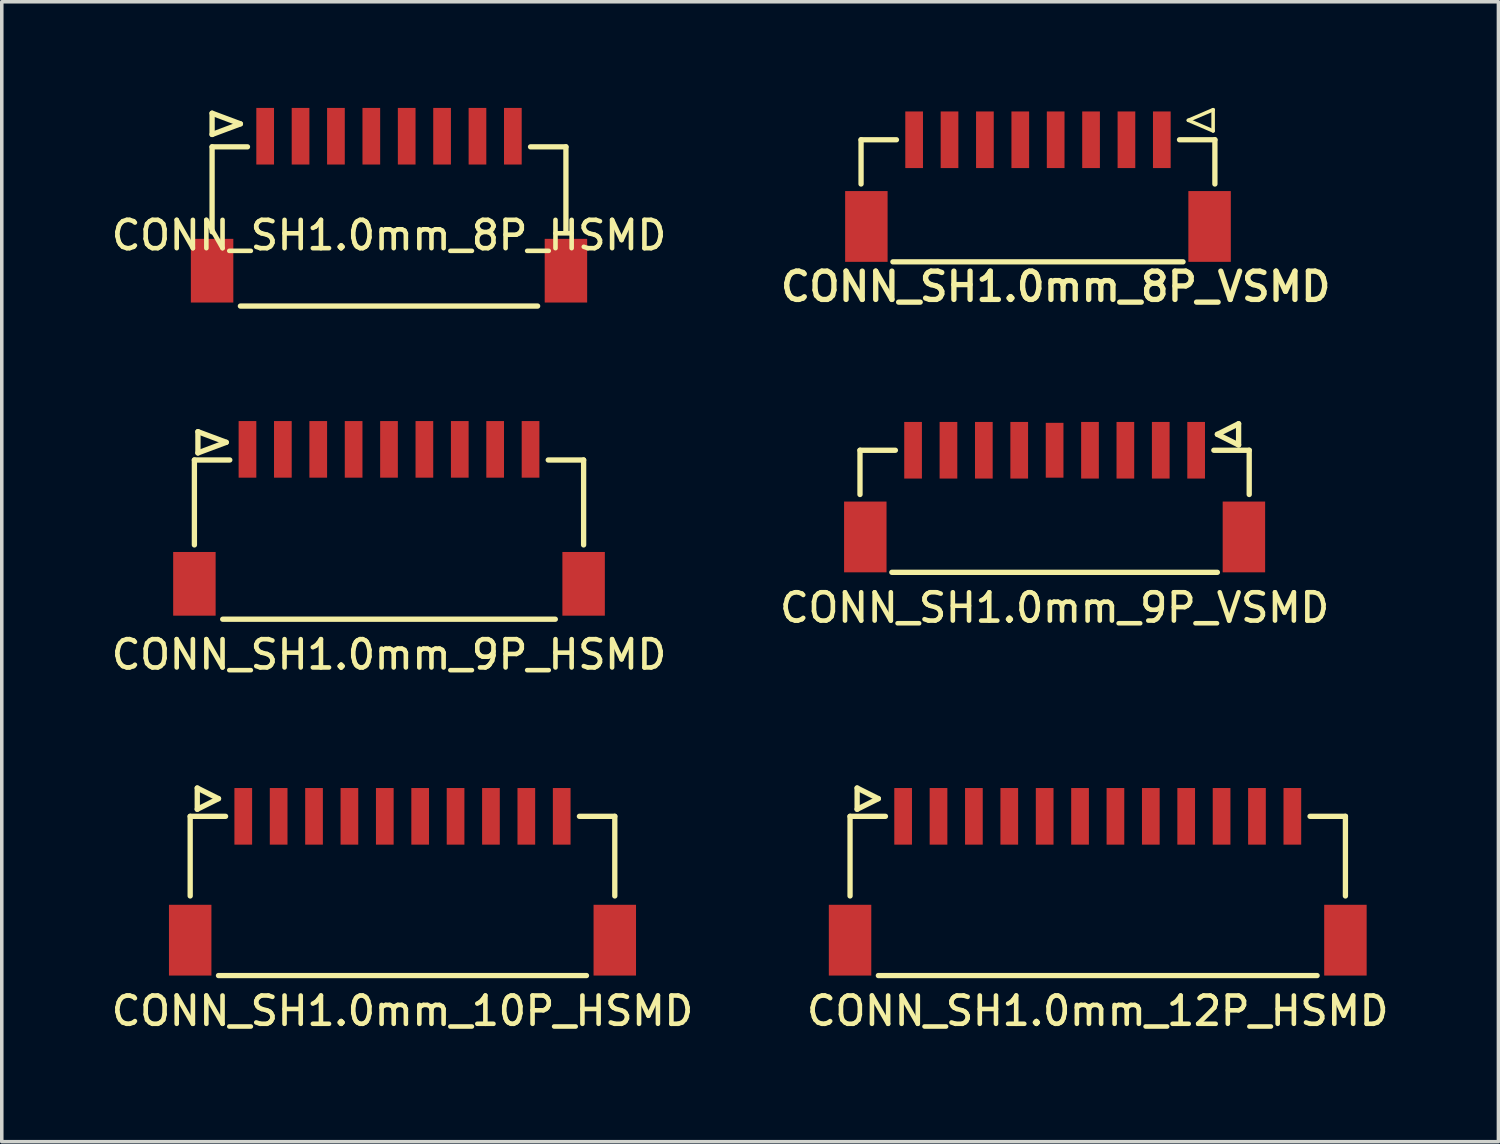
<source format=kicad_pcb>
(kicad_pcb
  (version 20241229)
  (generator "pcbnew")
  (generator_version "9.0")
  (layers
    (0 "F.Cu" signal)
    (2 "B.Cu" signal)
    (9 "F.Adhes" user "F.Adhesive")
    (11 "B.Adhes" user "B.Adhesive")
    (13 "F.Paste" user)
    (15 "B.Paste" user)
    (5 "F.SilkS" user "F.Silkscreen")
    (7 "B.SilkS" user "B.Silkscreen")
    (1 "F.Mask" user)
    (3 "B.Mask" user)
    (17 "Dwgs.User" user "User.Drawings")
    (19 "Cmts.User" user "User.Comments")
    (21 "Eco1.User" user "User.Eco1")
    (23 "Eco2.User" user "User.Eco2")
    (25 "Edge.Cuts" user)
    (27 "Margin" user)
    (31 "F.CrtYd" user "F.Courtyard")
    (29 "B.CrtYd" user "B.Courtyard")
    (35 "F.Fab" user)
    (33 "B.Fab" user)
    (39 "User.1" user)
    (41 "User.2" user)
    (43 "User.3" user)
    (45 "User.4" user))
  (footprint "CONN_SH1.0mm_9P_VSMD"
    (layer "F.Cu")
    (at 26.755 13.125)
    (property "Reference" "CONN_SH1.0mm_9P_VSMD" (at 0 1 0) (layer "F.SilkS") (effects (font (size 0.8 0.8) (thickness 0.13))))
    (attr through_hole)
    (fp_line (start -5.5 -3.45) (end -4.5 -3.45) (stroke (width 0.15) (type solid)) (layer "F.SilkS"))
    (fp_line (start -5.5 -2.2) (end -5.5 -3.45) (stroke (width 0.15) (type solid)) (layer "F.SilkS"))
    (fp_line (start -4.6 0) (end 4.6 0) (stroke (width 0.15) (type solid)) (layer "F.SilkS"))
    (fp_line (start 4.6 -3.9) (end 5.2 -4.2) (stroke (width 0.15) (type solid)) (layer "F.SilkS"))
    (fp_line (start 5.2 -4.2) (end 5.2 -3.6) (stroke (width 0.15) (type solid)) (layer "F.SilkS"))
    (fp_line (start 5.2 -3.6) (end 4.6 -3.9) (stroke (width 0.15) (type solid)) (layer "F.SilkS"))
    (fp_line (start 5.5 -3.45) (end 4.5 -3.45) (stroke (width 0.15) (type solid)) (layer "F.SilkS"))
    (fp_line (start 5.5 -2.2) (end 5.5 -3.45) (stroke (width 0.15) (type solid)) (layer "F.SilkS"))
    (pad "1" smd rect (at 4 -3.45) (size 0.5 1.6) (layers "F.Cu" "F.Mask" "F.Paste"))
    (pad "2" smd rect (at 3 -3.45) (size 0.5 1.6) (layers "F.Cu" "F.Mask" "F.Paste"))
    (pad "3" smd rect (at 2 -3.45) (size 0.5 1.6) (layers "F.Cu" "F.Mask" "F.Paste"))
    (pad "4" smd rect (at 1 -3.45) (size 0.5 1.6) (layers "F.Cu" "F.Mask" "F.Paste"))
    (pad "5" smd rect (at 0 -3.45) (size 0.5 1.55) (layers "F.Cu" "F.Mask" "F.Paste"))
    (pad "6" smd rect (at -1 -3.45) (size 0.5 1.6) (layers "F.Cu" "F.Mask" "F.Paste"))
    (pad "7" smd rect (at -2 -3.45) (size 0.5 1.6) (layers "F.Cu" "F.Mask" "F.Paste"))
    (pad "8" smd rect (at -3 -3.45) (size 0.5 1.6) (layers "F.Cu" "F.Mask" "F.Paste"))
    (pad "9" smd rect (at -4 -3.45) (size 0.5 1.6) (layers "F.Cu" "F.Mask" "F.Paste"))
    (pad "SH" smd rect (at -5.35 -1) (size 1.2 2) (layers "F.Cu" "F.Mask" "F.Paste"))
    (pad "SH" smd rect (at 5.35 -1) (size 1.2 2) (layers "F.Cu" "F.Mask" "F.Paste")))
  (footprint "CONN_SH1.0mm_8P_HSMD"
    (layer "F.Cu")
    (at 7.944 5.6)
    (property "Reference" "CONN_SH1.0mm_8P_HSMD" (at 0 -2 0) (layer "F.SilkS") (effects (font (size 0.8 0.8) (thickness 0.13))))
    (attr through_hole)
    (fp_line (start -5 -5.45) (end -5 -4.85) (stroke (width 0.15) (type solid)) (layer "F.SilkS"))
    (fp_line (start -5 -4.85) (end -4.2 -5.15) (stroke (width 0.15) (type solid)) (layer "F.SilkS"))
    (fp_line (start -5 -4.5) (end -5 -2.1) (stroke (width 0.15) (type solid)) (layer "F.SilkS"))
    (fp_line (start -4.2 -5.15) (end -5 -5.45) (stroke (width 0.15) (type solid)) (layer "F.SilkS"))
    (fp_line (start -4.2 0) (end 4.2 0) (stroke (width 0.15) (type solid)) (layer "F.SilkS"))
    (fp_line (start -4 -4.5) (end -5 -4.5) (stroke (width 0.15) (type solid)) (layer "F.SilkS"))
    (fp_line (start 4 -4.5) (end 5 -4.5) (stroke (width 0.15) (type solid)) (layer "F.SilkS"))
    (fp_line (start 5 -4.5) (end 5 -2.1) (stroke (width 0.15) (type solid)) (layer "F.SilkS"))
    (pad "1" smd rect (at -3.5 -4.8) (size 0.5 1.6) (layers "F.Cu" "F.Mask" "F.Paste"))
    (pad "2" smd rect (at -2.5 -4.8) (size 0.5 1.6) (layers "F.Cu" "F.Mask" "F.Paste"))
    (pad "3" smd rect (at -1.5 -4.8) (size 0.5 1.6) (layers "F.Cu" "F.Mask" "F.Paste"))
    (pad "4" smd rect (at -0.5 -4.8) (size 0.5 1.6) (layers "F.Cu" "F.Mask" "F.Paste"))
    (pad "5" smd rect (at 0.5 -4.8) (size 0.5 1.6) (layers "F.Cu" "F.Mask" "F.Paste"))
    (pad "6" smd rect (at 1.5 -4.8) (size 0.5 1.6) (layers "F.Cu" "F.Mask" "F.Paste"))
    (pad "7" smd rect (at 2.5 -4.8) (size 0.5 1.6) (layers "F.Cu" "F.Mask" "F.Paste"))
    (pad "8" smd rect (at 3.5 -4.8) (size 0.5 1.6) (layers "F.Cu" "F.Mask" "F.Paste"))
    (pad "SH" smd rect (at -5 -1) (size 1.2 1.8) (layers "F.Cu" "F.Mask" "F.Paste"))
    (pad "SH" smd rect (at 5 -1) (size 1.2 1.8) (layers "F.Cu" "F.Mask" "F.Paste")))
  (footprint "CONN_SH1.0mm_8P_VSMD"
    (layer "F.Cu")
    (at 26.285 4.35)
    (property "Reference" "CONN_SH1.0mm_8P_VSMD" (at 0.5 0.7 0) (layer "F.SilkS") (effects (font (size 0.8 0.8) (thickness 0.15))))
    (attr through_hole)
    (fp_line (start -5 -3.45) (end -4 -3.45) (stroke (width 0.15) (type solid)) (layer "F.SilkS"))
    (fp_line (start -5 -2.2) (end -5 -3.45) (stroke (width 0.15) (type solid)) (layer "F.SilkS"))
    (fp_line (start -4.1 0) (end 4.1 0) (stroke (width 0.15) (type solid)) (layer "F.SilkS"))
    (fp_line (start 4.25 -4) (end 4.95 -4.3) (stroke (width 0.1) (type solid)) (layer "F.SilkS"))
    (fp_line (start 4.95 -4.3) (end 4.95 -3.7) (stroke (width 0.1) (type solid)) (layer "F.SilkS"))
    (fp_line (start 4.95 -3.7) (end 4.25 -4) (stroke (width 0.1) (type solid)) (layer "F.SilkS"))
    (fp_line (start 5 -3.45) (end 4 -3.45) (stroke (width 0.15) (type solid)) (layer "F.SilkS"))
    (fp_line (start 5 -2.2) (end 5 -3.45) (stroke (width 0.15) (type solid)) (layer "F.SilkS"))
    (pad "1" smd rect (at 3.5 -3.45) (size 0.5 1.6) (layers "F.Cu" "F.Mask" "F.Paste"))
    (pad "2" smd rect (at 2.5 -3.45) (size 0.5 1.6) (layers "F.Cu" "F.Mask" "F.Paste"))
    (pad "3" smd rect (at 1.5 -3.45) (size 0.5 1.6) (layers "F.Cu" "F.Mask" "F.Paste"))
    (pad "4" smd rect (at 0.5 -3.45) (size 0.5 1.6) (layers "F.Cu" "F.Mask" "F.Paste"))
    (pad "5" smd rect (at -0.5 -3.45) (size 0.5 1.6) (layers "F.Cu" "F.Mask" "F.Paste"))
    (pad "6" smd rect (at -1.5 -3.45) (size 0.5 1.6) (layers "F.Cu" "F.Mask" "F.Paste"))
    (pad "7" smd rect (at -2.5 -3.45) (size 0.5 1.6) (layers "F.Cu" "F.Mask" "F.Paste"))
    (pad "8" smd rect (at -3.5 -3.45) (size 0.5 1.6) (layers "F.Cu" "F.Mask" "F.Paste"))
    (pad "SH" smd rect (at -4.85 -1) (size 1.2 2) (layers "F.Cu" "F.Mask" "F.Paste"))
    (pad "SH" smd rect (at 4.85 -1) (size 1.2 2) (layers "F.Cu" "F.Mask" "F.Paste")))
  (footprint "CONN_SH1.0mm_12P_HSMD"
    (layer "F.Cu")
    (at 27.974 24.521)
    (property "Reference" "CONN_SH1.0mm_12P_HSMD" (at 0 1 0) (layer "F.SilkS") (effects (font (size 0.8 0.8) (thickness 0.13))))
    (attr through_hole)
    (fp_line (start -7 -4.5) (end -7 -2.25) (stroke (width 0.15) (type solid)) (layer "F.SilkS"))
    (fp_line (start -6.8 -5.3) (end -6.2 -5) (stroke (width 0.15) (type solid)) (layer "F.SilkS"))
    (fp_line (start -6.8 -4.7) (end -6.8 -5.3) (stroke (width 0.15) (type solid)) (layer "F.SilkS"))
    (fp_line (start -6.2 -5) (end -6.8 -4.7) (stroke (width 0.15) (type solid)) (layer "F.SilkS"))
    (fp_line (start -6.2 0) (end 6.2 0) (stroke (width 0.15) (type solid)) (layer "F.SilkS"))
    (fp_line (start -6 -4.5) (end -7 -4.5) (stroke (width 0.15) (type solid)) (layer "F.SilkS"))
    (fp_line (start 6 -4.5) (end 7 -4.5) (stroke (width 0.15) (type solid)) (layer "F.SilkS"))
    (fp_line (start 7 -4.5) (end 7 -2.25) (stroke (width 0.15) (type solid)) (layer "F.SilkS"))
    (pad "1" smd rect (at -5.5 -4.5) (size 0.5 1.6) (layers "F.Cu" "F.Mask" "F.Paste"))
    (pad "2" smd rect (at -4.5 -4.5) (size 0.5 1.6) (layers "F.Cu" "F.Mask" "F.Paste"))
    (pad "3" smd rect (at -3.5 -4.5) (size 0.5 1.6) (layers "F.Cu" "F.Mask" "F.Paste"))
    (pad "4" smd rect (at -2.5 -4.5) (size 0.5 1.6) (layers "F.Cu" "F.Mask" "F.Paste"))
    (pad "5" smd rect (at -1.5 -4.5) (size 0.5 1.6) (layers "F.Cu" "F.Mask" "F.Paste"))
    (pad "6" smd rect (at -0.5 -4.5) (size 0.5 1.6) (layers "F.Cu" "F.Mask" "F.Paste"))
    (pad "7" smd rect (at 0.5 -4.5) (size 0.5 1.6) (layers "F.Cu" "F.Mask" "F.Paste"))
    (pad "8" smd rect (at 1.5 -4.5) (size 0.5 1.6) (layers "F.Cu" "F.Mask" "F.Paste"))
    (pad "9" smd rect (at 2.5 -4.5) (size 0.5 1.6) (layers "F.Cu" "F.Mask" "F.Paste"))
    (pad "10" smd rect (at 3.5 -4.5) (size 0.5 1.6) (layers "F.Cu" "F.Mask" "F.Paste"))
    (pad "11" smd rect (at 4.5 -4.5) (size 0.5 1.6) (layers "F.Cu" "F.Mask" "F.Paste"))
    (pad "12" smd rect (at 5.5 -4.5) (size 0.5 1.6) (layers "F.Cu" "F.Mask" "F.Paste"))
    (pad "SH" smd rect (at -7 -1) (size 1.2 2) (layers "F.Cu" "F.Mask" "F.Paste"))
    (pad "SH" smd rect (at 7 -1) (size 1.2 2) (layers "F.Cu" "F.Mask" "F.Paste")))
  (footprint "CONN_SH1.0mm_9P_HSMD"
    (layer "F.Cu")
    (at 7.944 14.45)
    (property "Reference" "CONN_SH1.0mm_9P_HSMD" (at 0 1 0) (layer "F.SilkS") (effects (font (size 0.8 0.8) (thickness 0.13))))
    (attr through_hole)
    (fp_line (start -5.5 -4.5) (end -5.5 -2.1) (stroke (width 0.15) (type solid)) (layer "F.SilkS"))
    (fp_line (start -5.4 -5.3) (end -5.4 -4.7) (stroke (width 0.15) (type solid)) (layer "F.SilkS"))
    (fp_line (start -5.4 -4.7) (end -4.6 -5) (stroke (width 0.15) (type solid)) (layer "F.SilkS"))
    (fp_line (start -4.7 0) (end 4.7 0) (stroke (width 0.15) (type solid)) (layer "F.SilkS"))
    (fp_line (start -4.6 -5) (end -5.4 -5.3) (stroke (width 0.15) (type solid)) (layer "F.SilkS"))
    (fp_line (start -4.5 -4.5) (end -5.5 -4.5) (stroke (width 0.15) (type solid)) (layer "F.SilkS"))
    (fp_line (start 4.5 -4.5) (end 5.5 -4.5) (stroke (width 0.15) (type solid)) (layer "F.SilkS"))
    (fp_line (start 5.5 -4.5) (end 5.5 -2.1) (stroke (width 0.15) (type solid)) (layer "F.SilkS"))
    (pad "1" smd rect (at -4 -4.8) (size 0.5 1.6) (layers "F.Cu" "F.Mask" "F.Paste"))
    (pad "2" smd rect (at -3 -4.8) (size 0.5 1.6) (layers "F.Cu" "F.Mask" "F.Paste"))
    (pad "3" smd rect (at -2 -4.8) (size 0.5 1.6) (layers "F.Cu" "F.Mask" "F.Paste"))
    (pad "4" smd rect (at -1 -4.8) (size 0.5 1.6) (layers "F.Cu" "F.Mask" "F.Paste"))
    (pad "5" smd rect (at 0 -4.8) (size 0.5 1.6) (layers "F.Cu" "F.Mask" "F.Paste"))
    (pad "6" smd rect (at 1 -4.8) (size 0.5 1.6) (layers "F.Cu" "F.Mask" "F.Paste"))
    (pad "7" smd rect (at 2 -4.8) (size 0.5 1.6) (layers "F.Cu" "F.Mask" "F.Paste"))
    (pad "8" smd rect (at 3 -4.8) (size 0.5 1.6) (layers "F.Cu" "F.Mask" "F.Paste"))
    (pad "9" smd rect (at 4 -4.8) (size 0.5 1.6) (layers "F.Cu" "F.Mask" "F.Paste"))
    (pad "SH" smd rect (at -5.5 -1) (size 1.2 1.8) (layers "F.Cu" "F.Mask" "F.Paste"))
    (pad "SH" smd rect (at 5.5 -1) (size 1.2 1.8) (layers "F.Cu" "F.Mask" "F.Paste")))
  (footprint "CONN_SH1.0mm_10P_HSMD"
    (layer "F.Cu")
    (at 8.325 24.521)
    (property "Reference" "CONN_SH1.0mm_10P_HSMD" (at 0 1 0) (layer "F.SilkS") (effects (font (size 0.8 0.8) (thickness 0.13))))
    (attr smd)
    (fp_line (start -6 -4.5) (end -6 -2.25) (stroke (width 0.15) (type solid)) (layer "F.SilkS"))
    (fp_line (start -5.8 -5.3) (end -5.2 -5) (stroke (width 0.15) (type solid)) (layer "F.SilkS"))
    (fp_line (start -5.8 -4.7) (end -5.8 -5.3) (stroke (width 0.15) (type solid)) (layer "F.SilkS"))
    (fp_line (start -5.2 -5) (end -5.8 -4.7) (stroke (width 0.15) (type solid)) (layer "F.SilkS"))
    (fp_line (start -5.2 0) (end 5.2 0) (stroke (width 0.15) (type solid)) (layer "F.SilkS"))
    (fp_line (start -5 -4.5) (end -6 -4.5) (stroke (width 0.15) (type solid)) (layer "F.SilkS"))
    (fp_line (start 5 -4.5) (end 6 -4.5) (stroke (width 0.15) (type solid)) (layer "F.SilkS"))
    (fp_line (start 6 -4.5) (end 6 -2.25) (stroke (width 0.15) (type solid)) (layer "F.SilkS"))
    (pad "1" smd rect (at -4.5 -4.5) (size 0.5 1.6) (layers "F.Cu" "F.Mask" "F.Paste"))
    (pad "2" smd rect (at -3.5 -4.5) (size 0.5 1.6) (layers "F.Cu" "F.Mask" "F.Paste"))
    (pad "3" smd rect (at -2.5 -4.5) (size 0.5 1.6) (layers "F.Cu" "F.Mask" "F.Paste"))
    (pad "4" smd rect (at -1.5 -4.5) (size 0.5 1.6) (layers "F.Cu" "F.Mask" "F.Paste"))
    (pad "5" smd rect (at -0.5 -4.5) (size 0.5 1.6) (layers "F.Cu" "F.Mask" "F.Paste"))
    (pad "6" smd rect (at 0.5 -4.5) (size 0.5 1.6) (layers "F.Cu" "F.Mask" "F.Paste"))
    (pad "7" smd rect (at 1.5 -4.5) (size 0.5 1.6) (layers "F.Cu" "F.Mask" "F.Paste"))
    (pad "8" smd rect (at 2.5 -4.5) (size 0.5 1.6) (layers "F.Cu" "F.Mask" "F.Paste"))
    (pad "9" smd rect (at 3.5 -4.5) (size 0.5 1.6) (layers "F.Cu" "F.Mask" "F.Paste"))
    (pad "10" smd rect (at 4.5 -4.5) (size 0.5 1.6) (layers "F.Cu" "F.Mask" "F.Paste"))
    (pad "SH" smd rect (at -6 -1) (size 1.2 2) (layers "F.Cu" "F.Mask" "F.Paste"))
    (pad "SH" smd rect (at 6 -1) (size 1.2 2) (layers "F.Cu" "F.Mask" "F.Paste")))
  (gr_rect
    (start -3 -3)
    (end 39.298 29.217)
    (stroke (width 0.1) (type default))
    (fill no)
    (layer "Edge.Cuts")))
</source>
